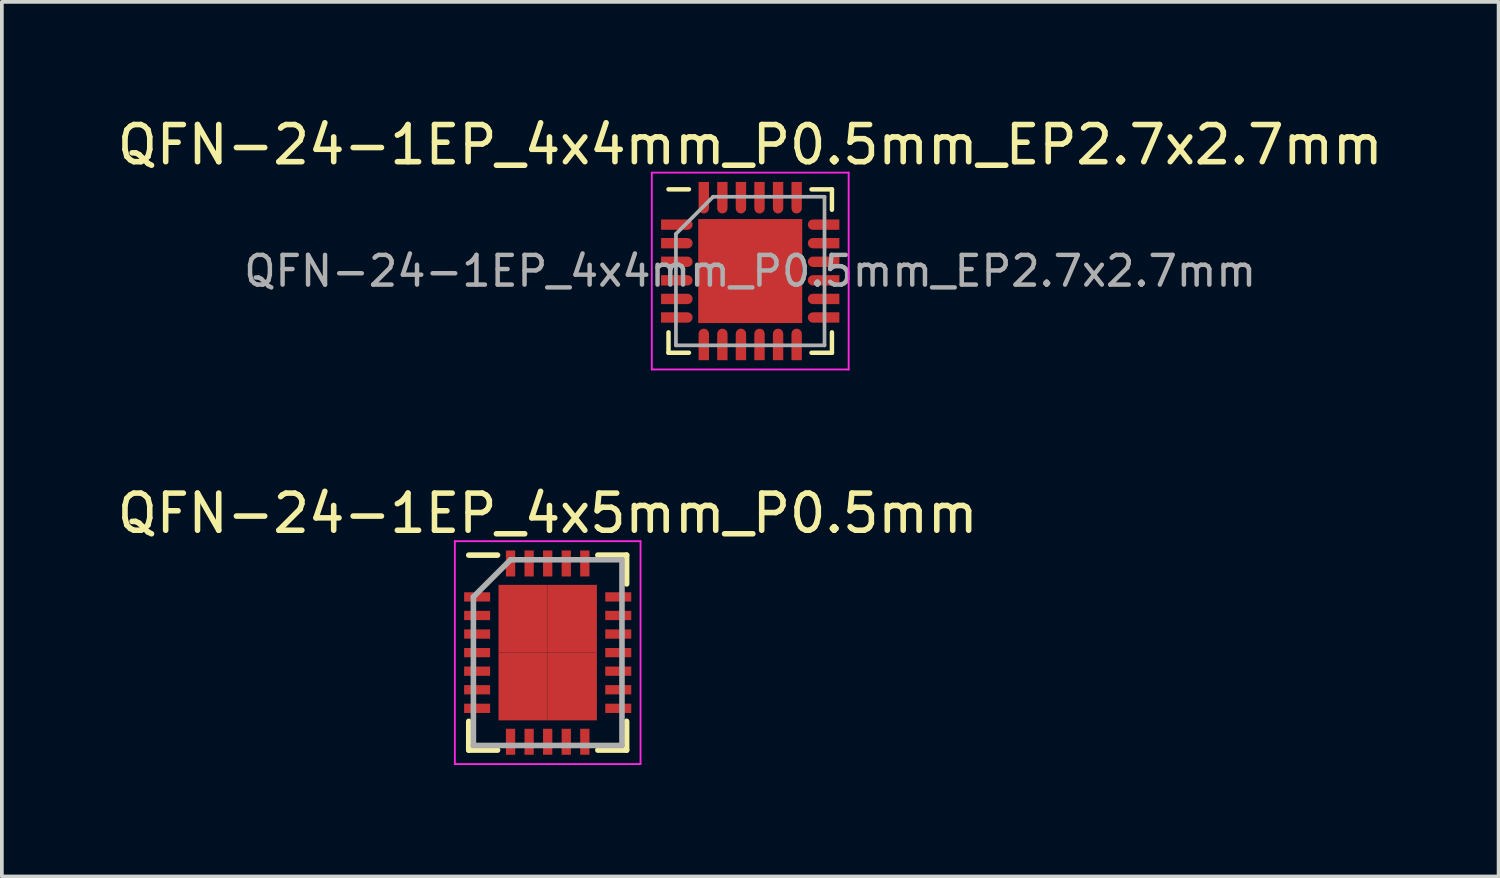
<source format=kicad_pcb>
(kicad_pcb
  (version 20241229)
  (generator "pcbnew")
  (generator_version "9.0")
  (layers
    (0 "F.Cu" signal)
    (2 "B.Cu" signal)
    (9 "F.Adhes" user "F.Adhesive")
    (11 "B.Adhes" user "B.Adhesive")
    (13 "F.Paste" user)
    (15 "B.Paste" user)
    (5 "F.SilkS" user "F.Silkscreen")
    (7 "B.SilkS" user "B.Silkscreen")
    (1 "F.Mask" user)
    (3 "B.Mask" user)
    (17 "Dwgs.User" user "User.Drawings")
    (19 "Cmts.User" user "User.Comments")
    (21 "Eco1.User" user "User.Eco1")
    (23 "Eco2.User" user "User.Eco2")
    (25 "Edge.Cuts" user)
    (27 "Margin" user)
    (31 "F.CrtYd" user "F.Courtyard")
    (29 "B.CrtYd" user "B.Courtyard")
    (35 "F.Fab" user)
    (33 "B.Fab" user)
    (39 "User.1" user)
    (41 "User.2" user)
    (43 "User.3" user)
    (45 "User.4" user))
  (footprint "QFN-24-1EP_4x4mm_P0.5mm_EP2.7x2.7mm"
    (layer "F.Cu")
    (at 17.149 4.248)
    (property "Reference" "QFN-24-1EP_4x4mm_P0.5mm_EP2.7x2.7mm" (at 0 -3.4 0) (layer "F.SilkS") (effects (font (size 1 1) (thickness 0.15))))
    (attr smd)
    (fp_line (start -2.2 -2.2) (end -1.65 -2.2) (stroke (width 0.12) (type solid)) (layer "F.SilkS"))
    (fp_line (start -2.2 1.65) (end -2.2 2.2) (stroke (width 0.12) (type solid)) (layer "F.SilkS"))
    (fp_line (start -2.2 2.2) (end -1.65 2.2) (stroke (width 0.12) (type solid)) (layer "F.SilkS"))
    (fp_line (start 1.65 2.2) (end 2.2 2.2) (stroke (width 0.12) (type solid)) (layer "F.SilkS"))
    (fp_line (start 2.2 -2.2) (end 1.65 -2.2) (stroke (width 0.12) (type solid)) (layer "F.SilkS"))
    (fp_line (start 2.2 -1.65) (end 2.2 -2.2) (stroke (width 0.12) (type solid)) (layer "F.SilkS"))
    (fp_line (start 2.2 2.2) (end 2.2 1.65) (stroke (width 0.12) (type solid)) (layer "F.SilkS"))
    (fp_line (start -2.65 -2.65) (end 2.65 -2.65) (stroke (width 0.05) (type solid)) (layer "F.CrtYd"))
    (fp_line (start -2.65 2.65) (end -2.65 -2.65) (stroke (width 0.05) (type solid)) (layer "F.CrtYd"))
    (fp_line (start 2.65 -2.65) (end 2.65 2.65) (stroke (width 0.05) (type solid)) (layer "F.CrtYd"))
    (fp_line (start 2.65 2.65) (end -2.65 2.65) (stroke (width 0.05) (type solid)) (layer "F.CrtYd"))
    (fp_line (start -2 2) (end -2 -1) (stroke (width 0.1) (type solid)) (layer "F.Fab"))
    (fp_line (start -1 -2) (end -2 -1) (stroke (width 0.1) (type solid)) (layer "F.Fab"))
    (fp_line (start -1 -2) (end 2 -2) (stroke (width 0.1) (type solid)) (layer "F.Fab"))
    (fp_line (start 2 -2) (end 2 2) (stroke (width 0.1) (type solid)) (layer "F.Fab"))
    (fp_line (start 2 2) (end -2 2) (stroke (width 0.1) (type solid)) (layer "F.Fab"))
    (fp_text user "${REFERENCE}" (at 0 0 0) (layer "F.Fab") (effects (font (size 0.8 0.8) (thickness 0.12))))
    (pad "" smd rect (at -0.7 -0.7) (size 1.1 1.1) (layers "F.Paste"))
    (pad "" smd rect (at -0.7 0.7) (size 1.1 1.1) (layers "F.Paste"))
    (pad "" smd rect (at 0.7 -0.7) (size 1.1 1.1) (layers "F.Paste"))
    (pad "" smd rect (at 0.7 0.7) (size 1.1 1.1) (layers "F.Paste"))
    (pad "1" smd custom (at -1.69 -1.25 270) (size 0.28 0.28) (layers "F.Cu" "F.Mask" "F.Paste") (options (anchor circle)) (primitives (gr_poly (pts (xy -0.14 0) (xy 0.14 0) (xy 0.14 0.71) (xy -0.14 0.71)) (width 0) (fill yes))))
    (pad "2" smd custom (at -1.69 -0.75 270) (size 0.28 0.28) (layers "F.Cu" "F.Mask" "F.Paste") (options (anchor circle)) (primitives (gr_poly (pts (xy -0.14 0) (xy 0.14 0) (xy 0.14 0.71) (xy -0.14 0.71)) (width 0) (fill yes))))
    (pad "3" smd custom (at -1.69 -0.25 270) (size 0.28 0.28) (layers "F.Cu" "F.Mask" "F.Paste") (options (anchor circle)) (primitives (gr_poly (pts (xy -0.14 0) (xy 0.14 0) (xy 0.14 0.71) (xy -0.14 0.71)) (width 0) (fill yes))))
    (pad "4" smd custom (at -1.69 0.25 270) (size 0.28 0.28) (layers "F.Cu" "F.Mask" "F.Paste") (options (anchor circle)) (primitives (gr_poly (pts (xy -0.14 0) (xy 0.14 0) (xy 0.14 0.71) (xy -0.14 0.71)) (width 0) (fill yes))))
    (pad "5" smd custom (at -1.69 0.75 270) (size 0.28 0.28) (layers "F.Cu" "F.Mask" "F.Paste") (options (anchor circle)) (primitives (gr_poly (pts (xy -0.14 0) (xy 0.14 0) (xy 0.14 0.71) (xy -0.14 0.71)) (width 0) (fill yes))))
    (pad "6" smd custom (at -1.69 1.25 270) (size 0.28 0.28) (layers "F.Cu" "F.Mask" "F.Paste") (options (anchor circle)) (primitives (gr_poly (pts (xy -0.14 0) (xy 0.14 0) (xy 0.14 0.71) (xy -0.14 0.71)) (width 0) (fill yes))))
    (pad "7" smd custom (at -1.25 1.69) (size 0.28 0.28) (layers "F.Cu" "F.Mask" "F.Paste") (options (anchor circle)) (primitives (gr_poly (pts (xy -0.14 0) (xy 0.14 0) (xy 0.14 0.71) (xy -0.14 0.71)) (width 0) (fill yes))))
    (pad "8" smd custom (at -0.75 1.69) (size 0.28 0.28) (layers "F.Cu" "F.Mask" "F.Paste") (options (anchor circle)) (primitives (gr_poly (pts (xy -0.14 0) (xy 0.14 0) (xy 0.14 0.71) (xy -0.14 0.71)) (width 0) (fill yes))))
    (pad "9" smd custom (at -0.25 1.69) (size 0.28 0.28) (layers "F.Cu" "F.Mask" "F.Paste") (options (anchor circle)) (primitives (gr_poly (pts (xy -0.14 0) (xy 0.14 0) (xy 0.14 0.71) (xy -0.14 0.71)) (width 0) (fill yes))))
    (pad "10" smd custom (at 0.25 1.69) (size 0.28 0.28) (layers "F.Cu" "F.Mask" "F.Paste") (options (anchor circle)) (primitives (gr_poly (pts (xy -0.14 0) (xy 0.14 0) (xy 0.14 0.71) (xy -0.14 0.71)) (width 0) (fill yes))))
    (pad "11" smd custom (at 0.75 1.69) (size 0.28 0.28) (layers "F.Cu" "F.Mask" "F.Paste") (options (anchor circle)) (primitives (gr_poly (pts (xy -0.14 0) (xy 0.14 0) (xy 0.14 0.71) (xy -0.14 0.71)) (width 0) (fill yes))))
    (pad "12" smd custom (at 1.25 1.69) (size 0.28 0.28) (layers "F.Cu" "F.Mask" "F.Paste") (options (anchor circle)) (primitives (gr_poly (pts (xy -0.14 0) (xy 0.14 0) (xy 0.14 0.71) (xy -0.14 0.71)) (width 0) (fill yes))))
    (pad "13" smd custom (at 1.69 1.25 90) (size 0.28 0.28) (layers "F.Cu" "F.Mask" "F.Paste") (options (anchor circle)) (primitives (gr_poly (pts (xy -0.14 0) (xy 0.14 0) (xy 0.14 0.71) (xy -0.14 0.71)) (width 0) (fill yes))))
    (pad "14" smd custom (at 1.69 0.75 90) (size 0.28 0.28) (layers "F.Cu" "F.Mask" "F.Paste") (options (anchor circle)) (primitives (gr_poly (pts (xy -0.14 0) (xy 0.14 0) (xy 0.14 0.71) (xy -0.14 0.71)) (width 0) (fill yes))))
    (pad "15" smd custom (at 1.69 0.25 90) (size 0.28 0.28) (layers "F.Cu" "F.Mask" "F.Paste") (options (anchor circle)) (primitives (gr_poly (pts (xy -0.14 0) (xy 0.14 0) (xy 0.14 0.71) (xy -0.14 0.71)) (width 0) (fill yes))))
    (pad "16" smd custom (at 1.69 -0.25 90) (size 0.28 0.28) (layers "F.Cu" "F.Mask" "F.Paste") (options (anchor circle)) (primitives (gr_poly (pts (xy -0.14 0) (xy 0.14 0) (xy 0.14 0.71) (xy -0.14 0.71)) (width 0) (fill yes))))
    (pad "17" smd custom (at 1.69 -0.75 90) (size 0.28 0.28) (layers "F.Cu" "F.Mask" "F.Paste") (options (anchor circle)) (primitives (gr_poly (pts (xy -0.14 0) (xy 0.14 0) (xy 0.14 0.71) (xy -0.14 0.71)) (width 0) (fill yes))))
    (pad "18" smd custom (at 1.69 -1.25 90) (size 0.28 0.28) (layers "F.Cu" "F.Mask" "F.Paste") (options (anchor circle)) (primitives (gr_poly (pts (xy -0.14 0) (xy 0.14 0) (xy 0.14 0.71) (xy -0.14 0.71)) (width 0) (fill yes))))
    (pad "19" smd custom (at 1.25 -1.69 180) (size 0.28 0.28) (layers "F.Cu" "F.Mask" "F.Paste") (options (anchor circle)) (primitives (gr_poly (pts (xy -0.14 0) (xy 0.14 0) (xy 0.14 0.71) (xy -0.14 0.71)) (width 0) (fill yes))))
    (pad "20" smd custom (at 0.75 -1.69 180) (size 0.28 0.28) (layers "F.Cu" "F.Mask" "F.Paste") (options (anchor circle)) (primitives (gr_poly (pts (xy -0.14 0) (xy 0.14 0) (xy 0.14 0.71) (xy -0.14 0.71)) (width 0) (fill yes))))
    (pad "21" smd custom (at 0.25 -1.69 180) (size 0.28 0.28) (layers "F.Cu" "F.Mask" "F.Paste") (options (anchor circle)) (primitives (gr_poly (pts (xy -0.14 0) (xy 0.14 0) (xy 0.14 0.71) (xy -0.14 0.71)) (width 0) (fill yes))))
    (pad "22" smd custom (at -0.25 -1.69 180) (size 0.28 0.28) (layers "F.Cu" "F.Mask" "F.Paste") (options (anchor circle)) (primitives (gr_poly (pts (xy -0.14 0) (xy 0.14 0) (xy 0.14 0.71) (xy -0.14 0.71)) (width 0) (fill yes))))
    (pad "23" smd custom (at -0.75 -1.69 180) (size 0.28 0.28) (layers "F.Cu" "F.Mask" "F.Paste") (options (anchor circle)) (primitives (gr_poly (pts (xy -0.14 0) (xy 0.14 0) (xy 0.14 0.71) (xy -0.14 0.71)) (width 0) (fill yes))))
    (pad "24" smd custom (at -1.25 -1.69 180) (size 0.28 0.28) (layers "F.Cu" "F.Mask" "F.Paste") (options (anchor circle)) (primitives (gr_poly (pts (xy -0.14 0) (xy 0.14 0) (xy 0.14 0.71) (xy -0.14 0.71)) (width 0) (fill yes))))
    (pad "25" smd rect (at 0 0) (size 2.8 2.8) (layers "F.Cu" "F.Mask")))
  (footprint "QFN-24-1EP_4x5mm_P0.5mm"
    (layer "F.Cu")
    (at 11.696 14.521)
    (property "Reference" "QFN-24-1EP_4x5mm_P0.5mm" (at 0 -3.75 0) (layer "F.SilkS") (effects (font (size 1 1) (thickness 0.15))))
    (attr smd)
    (fp_line (start -2.125 -2.625) (end -1.35 -2.625) (stroke (width 0.15) (type solid)) (layer "F.SilkS"))
    (fp_line (start -2.125 2.625) (end -2.125 1.85) (stroke (width 0.15) (type solid)) (layer "F.SilkS"))
    (fp_line (start -2.125 2.625) (end -1.35 2.625) (stroke (width 0.15) (type solid)) (layer "F.SilkS"))
    (fp_line (start 2.125 -2.625) (end 1.35 -2.625) (stroke (width 0.15) (type solid)) (layer "F.SilkS"))
    (fp_line (start 2.125 -2.625) (end 2.125 -1.85) (stroke (width 0.15) (type solid)) (layer "F.SilkS"))
    (fp_line (start 2.125 2.625) (end 1.35 2.625) (stroke (width 0.15) (type solid)) (layer "F.SilkS"))
    (fp_line (start 2.125 2.625) (end 2.125 1.85) (stroke (width 0.15) (type solid)) (layer "F.SilkS"))
    (fp_line (start -2.5 -3) (end -2.5 3) (stroke (width 0.05) (type solid)) (layer "F.CrtYd"))
    (fp_line (start -2.5 -3) (end 2.5 -3) (stroke (width 0.05) (type solid)) (layer "F.CrtYd"))
    (fp_line (start -2.5 3) (end 2.5 3) (stroke (width 0.05) (type solid)) (layer "F.CrtYd"))
    (fp_line (start 2.5 -3) (end 2.5 3) (stroke (width 0.05) (type solid)) (layer "F.CrtYd"))
    (fp_line (start -2 -1.5) (end -1 -2.5) (stroke (width 0.15) (type solid)) (layer "F.Fab"))
    (fp_line (start -2 2.5) (end -2 -1.5) (stroke (width 0.15) (type solid)) (layer "F.Fab"))
    (fp_line (start -1 -2.5) (end 2 -2.5) (stroke (width 0.15) (type solid)) (layer "F.Fab"))
    (fp_line (start 2 -2.5) (end 2 2.5) (stroke (width 0.15) (type solid)) (layer "F.Fab"))
    (fp_line (start 2 2.5) (end -2 2.5) (stroke (width 0.15) (type solid)) (layer "F.Fab"))
    (pad "1" smd rect (at -1.9 -1.5) (size 0.7 0.25) (layers "F.Cu" "F.Mask" "F.Paste"))
    (pad "2" smd rect (at -1.9 -1) (size 0.7 0.25) (layers "F.Cu" "F.Mask" "F.Paste"))
    (pad "3" smd rect (at -1.9 -0.5) (size 0.7 0.25) (layers "F.Cu" "F.Mask" "F.Paste"))
    (pad "4" smd rect (at -1.9 0) (size 0.7 0.25) (layers "F.Cu" "F.Mask" "F.Paste"))
    (pad "5" smd rect (at -1.9 0.5) (size 0.7 0.25) (layers "F.Cu" "F.Mask" "F.Paste"))
    (pad "6" smd rect (at -1.9 1) (size 0.7 0.25) (layers "F.Cu" "F.Mask" "F.Paste"))
    (pad "7" smd rect (at -1.9 1.5) (size 0.7 0.25) (layers "F.Cu" "F.Mask" "F.Paste"))
    (pad "8" smd rect (at -1 2.4 90) (size 0.7 0.25) (layers "F.Cu" "F.Mask" "F.Paste"))
    (pad "9" smd rect (at -0.5 2.4 90) (size 0.7 0.25) (layers "F.Cu" "F.Mask" "F.Paste"))
    (pad "10" smd rect (at 0 2.4 90) (size 0.7 0.25) (layers "F.Cu" "F.Mask" "F.Paste"))
    (pad "11" smd rect (at 0.5 2.4 90) (size 0.7 0.25) (layers "F.Cu" "F.Mask" "F.Paste"))
    (pad "12" smd rect (at 1 2.4 90) (size 0.7 0.25) (layers "F.Cu" "F.Mask" "F.Paste"))
    (pad "13" smd rect (at 1.9 1.5) (size 0.7 0.25) (layers "F.Cu" "F.Mask" "F.Paste"))
    (pad "14" smd rect (at 1.9 1) (size 0.7 0.25) (layers "F.Cu" "F.Mask" "F.Paste"))
    (pad "15" smd rect (at 1.9 0.5) (size 0.7 0.25) (layers "F.Cu" "F.Mask" "F.Paste"))
    (pad "16" smd rect (at 1.9 0) (size 0.7 0.25) (layers "F.Cu" "F.Mask" "F.Paste"))
    (pad "17" smd rect (at 1.9 -0.5) (size 0.7 0.25) (layers "F.Cu" "F.Mask" "F.Paste"))
    (pad "18" smd rect (at 1.9 -1) (size 0.7 0.25) (layers "F.Cu" "F.Mask" "F.Paste"))
    (pad "19" smd rect (at 1.9 -1.5) (size 0.7 0.25) (layers "F.Cu" "F.Mask" "F.Paste"))
    (pad "20" smd rect (at 1 -2.4 90) (size 0.7 0.25) (layers "F.Cu" "F.Mask" "F.Paste"))
    (pad "21" smd rect (at 0.5 -2.4 90) (size 0.7 0.25) (layers "F.Cu" "F.Mask" "F.Paste"))
    (pad "22" smd rect (at 0 -2.4 90) (size 0.7 0.25) (layers "F.Cu" "F.Mask" "F.Paste"))
    (pad "23" smd rect (at -0.5 -2.4 90) (size 0.7 0.25) (layers "F.Cu" "F.Mask" "F.Paste"))
    (pad "24" smd rect (at -1 -2.4 90) (size 0.7 0.25) (layers "F.Cu" "F.Mask" "F.Paste"))
    (pad "25" smd rect (at -0.662 -0.912) (size 1.325 1.825) (layers "F.Cu" "F.Mask" "F.Paste"))
    (pad "25" smd rect (at -0.662 0.912) (size 1.325 1.825) (layers "F.Cu" "F.Mask" "F.Paste"))
    (pad "25" smd rect (at 0.662 -0.912) (size 1.325 1.825) (layers "F.Cu" "F.Mask" "F.Paste"))
    (pad "25" smd rect (at 0.662 0.912) (size 1.325 1.825) (layers "F.Cu" "F.Mask" "F.Paste")))
  (gr_rect
    (start -3 -3)
    (end 37.298 20.547)
    (stroke (width 0.1) (type default))
    (fill no)
    (layer "Edge.Cuts")))
</source>
